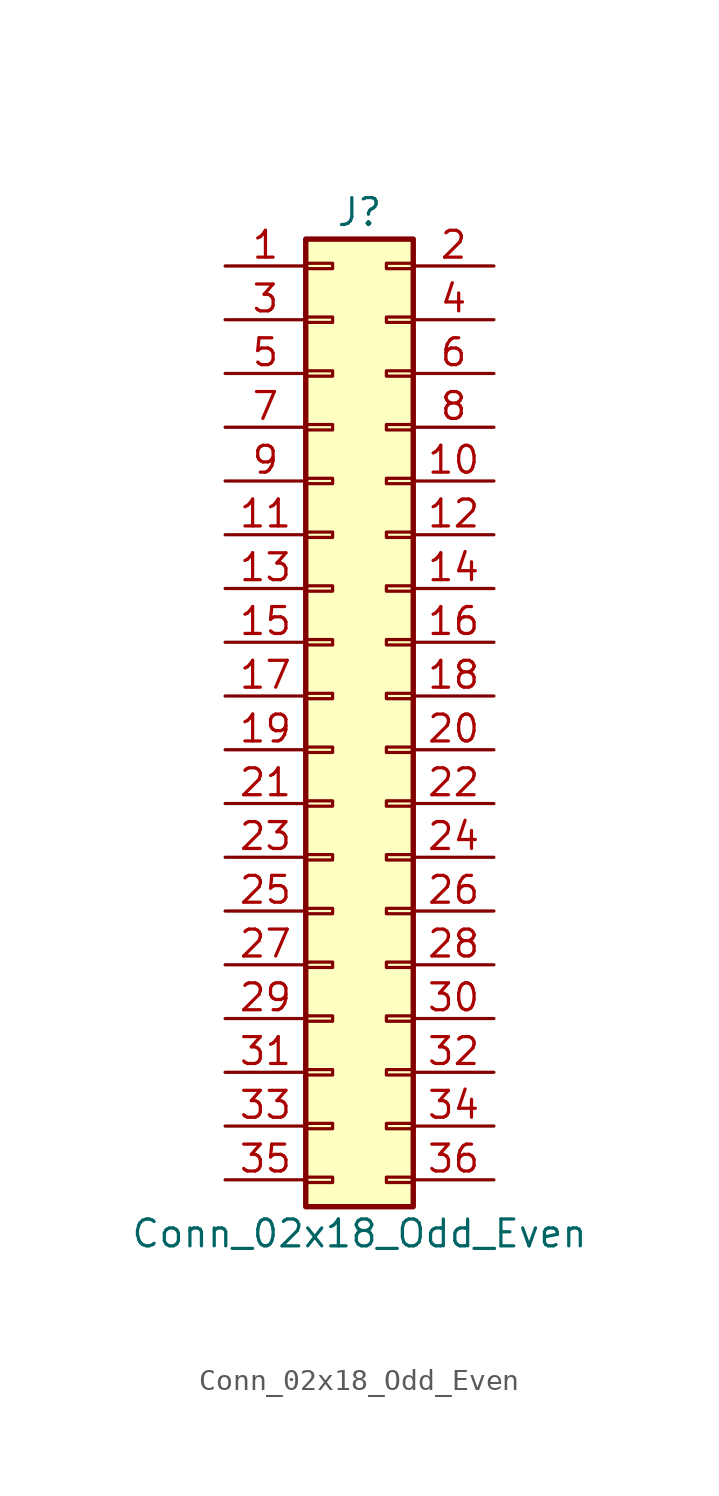
<source format=kicad_sym>
(kicad_symbol_lib
  (version 20220914)
  (generator kicad_symbol_editor)
  (symbol "Conn_02x18_Odd_Even"
    (pin_names
      (offset 1.016) hide)
    (property "Reference" "J"
      (at 1.27 22.86 0)
      (effects (font (size 1.27 1.27))))
    (property "Value" "Conn_02x18_Odd_Even"
      (at 1.27 -25.4 0)
      (effects (font (size 1.27 1.27))))
    (symbol "Conn_02x18_Odd_Even_1_1"
      (rectangle (start -1.27 -22.733) (end 0 -22.987) (stroke (width 0.152) (type solid)) (fill (type none)))
      (rectangle (start -1.27 -20.193) (end 0 -20.447) (stroke (width 0.152) (type solid)) (fill (type none)))
      (rectangle (start -1.27 -17.653) (end 0 -17.907) (stroke (width 0.152) (type solid)) (fill (type none)))
      (rectangle (start -1.27 -15.113) (end 0 -15.367) (stroke (width 0.152) (type solid)) (fill (type none)))
      (rectangle (start -1.27 -12.573) (end 0 -12.827) (stroke (width 0.152) (type solid)) (fill (type none)))
      (rectangle (start -1.27 -10.033) (end 0 -10.287) (stroke (width 0.152) (type solid)) (fill (type none)))
      (rectangle (start -1.27 -7.493) (end 0 -7.747) (stroke (width 0.152) (type solid)) (fill (type none)))
      (rectangle (start -1.27 -4.953) (end 0 -5.207) (stroke (width 0.152) (type solid)) (fill (type none)))
      (rectangle (start -1.27 -2.413) (end 0 -2.667) (stroke (width 0.152) (type solid)) (fill (type none)))
      (rectangle (start -1.27 0.127) (end 0 -0.127) (stroke (width 0.152) (type solid)) (fill (type none)))
      (rectangle (start -1.27 2.667) (end 0 2.413) (stroke (width 0.152) (type solid)) (fill (type none)))
      (rectangle (start -1.27 5.207) (end 0 4.953) (stroke (width 0.152) (type solid)) (fill (type none)))
      (rectangle (start -1.27 7.747) (end 0 7.493) (stroke (width 0.152) (type solid)) (fill (type none)))
      (rectangle (start -1.27 10.287) (end 0 10.033) (stroke (width 0.152) (type solid)) (fill (type none)))
      (rectangle (start -1.27 12.827) (end 0 12.573) (stroke (width 0.152) (type solid)) (fill (type none)))
      (rectangle (start -1.27 15.367) (end 0 15.113) (stroke (width 0.152) (type solid)) (fill (type none)))
      (rectangle (start -1.27 17.907) (end 0 17.653) (stroke (width 0.152) (type solid)) (fill (type none)))
      (rectangle (start -1.27 20.447) (end 0 20.193) (stroke (width 0.152) (type solid)) (fill (type none)))
      (rectangle (start -1.27 21.59) (end 3.81 -24.13) (stroke (width 0.254) (type solid)) (fill (type background)))
      (rectangle (start 3.81 -22.733) (end 2.54 -22.987) (stroke (width 0.152) (type solid)) (fill (type none)))
      (rectangle (start 3.81 -20.193) (end 2.54 -20.447) (stroke (width 0.152) (type solid)) (fill (type none)))
      (rectangle (start 3.81 -17.653) (end 2.54 -17.907) (stroke (width 0.152) (type solid)) (fill (type none)))
      (rectangle (start 3.81 -15.113) (end 2.54 -15.367) (stroke (width 0.152) (type solid)) (fill (type none)))
      (rectangle (start 3.81 -12.573) (end 2.54 -12.827) (stroke (width 0.152) (type solid)) (fill (type none)))
      (rectangle (start 3.81 -10.033) (end 2.54 -10.287) (stroke (width 0.152) (type solid)) (fill (type none)))
      (rectangle (start 3.81 -7.493) (end 2.54 -7.747) (stroke (width 0.152) (type solid)) (fill (type none)))
      (rectangle (start 3.81 -4.953) (end 2.54 -5.207) (stroke (width 0.152) (type solid)) (fill (type none)))
      (rectangle (start 3.81 -2.413) (end 2.54 -2.667) (stroke (width 0.152) (type solid)) (fill (type none)))
      (rectangle (start 3.81 0.127) (end 2.54 -0.127) (stroke (width 0.152) (type solid)) (fill (type none)))
      (rectangle (start 3.81 2.667) (end 2.54 2.413) (stroke (width 0.152) (type solid)) (fill (type none)))
      (rectangle (start 3.81 5.207) (end 2.54 4.953) (stroke (width 0.152) (type solid)) (fill (type none)))
      (rectangle (start 3.81 7.747) (end 2.54 7.493) (stroke (width 0.152) (type solid)) (fill (type none)))
      (rectangle (start 3.81 10.287) (end 2.54 10.033) (stroke (width 0.152) (type solid)) (fill (type none)))
      (rectangle (start 3.81 12.827) (end 2.54 12.573) (stroke (width 0.152) (type solid)) (fill (type none)))
      (rectangle (start 3.81 15.367) (end 2.54 15.113) (stroke (width 0.152) (type solid)) (fill (type none)))
      (rectangle (start 3.81 17.907) (end 2.54 17.653) (stroke (width 0.152) (type solid)) (fill (type none)))
      (rectangle (start 3.81 20.447) (end 2.54 20.193) (stroke (width 0.152) (type solid)) (fill (type none)))
      (pin passive line (at -5.08 20.32 0) (length 3.81) (name "Pin_1" (effects (font (size 1.27 1.27)))) (number "1" (effects (font (size 1.27 1.27)))))
      (pin passive line (at 7.62 10.16 180) (length 3.81) (name "Pin_10" (effects (font (size 1.27 1.27)))) (number "10" (effects (font (size 1.27 1.27)))))
      (pin passive line (at -5.08 7.62 0) (length 3.81) (name "Pin_11" (effects (font (size 1.27 1.27)))) (number "11" (effects (font (size 1.27 1.27)))))
      (pin passive line (at 7.62 7.62 180) (length 3.81) (name "Pin_12" (effects (font (size 1.27 1.27)))) (number "12" (effects (font (size 1.27 1.27)))))
      (pin passive line (at -5.08 5.08 0) (length 3.81) (name "Pin_13" (effects (font (size 1.27 1.27)))) (number "13" (effects (font (size 1.27 1.27)))))
      (pin passive line (at 7.62 5.08 180) (length 3.81) (name "Pin_14" (effects (font (size 1.27 1.27)))) (number "14" (effects (font (size 1.27 1.27)))))
      (pin passive line (at -5.08 2.54 0) (length 3.81) (name "Pin_15" (effects (font (size 1.27 1.27)))) (number "15" (effects (font (size 1.27 1.27)))))
      (pin passive line (at 7.62 2.54 180) (length 3.81) (name "Pin_16" (effects (font (size 1.27 1.27)))) (number "16" (effects (font (size 1.27 1.27)))))
      (pin passive line (at -5.08 0 0) (length 3.81) (name "Pin_17" (effects (font (size 1.27 1.27)))) (number "17" (effects (font (size 1.27 1.27)))))
      (pin passive line (at 7.62 0 180) (length 3.81) (name "Pin_18" (effects (font (size 1.27 1.27)))) (number "18" (effects (font (size 1.27 1.27)))))
      (pin passive line (at -5.08 -2.54 0) (length 3.81) (name "Pin_19" (effects (font (size 1.27 1.27)))) (number "19" (effects (font (size 1.27 1.27)))))
      (pin passive line (at 7.62 20.32 180) (length 3.81) (name "Pin_2" (effects (font (size 1.27 1.27)))) (number "2" (effects (font (size 1.27 1.27)))))
      (pin passive line (at 7.62 -2.54 180) (length 3.81) (name "Pin_20" (effects (font (size 1.27 1.27)))) (number "20" (effects (font (size 1.27 1.27)))))
      (pin passive line (at -5.08 -5.08 0) (length 3.81) (name "Pin_21" (effects (font (size 1.27 1.27)))) (number "21" (effects (font (size 1.27 1.27)))))
      (pin passive line (at 7.62 -5.08 180) (length 3.81) (name "Pin_22" (effects (font (size 1.27 1.27)))) (number "22" (effects (font (size 1.27 1.27)))))
      (pin passive line (at -5.08 -7.62 0) (length 3.81) (name "Pin_23" (effects (font (size 1.27 1.27)))) (number "23" (effects (font (size 1.27 1.27)))))
      (pin passive line (at 7.62 -7.62 180) (length 3.81) (name "Pin_24" (effects (font (size 1.27 1.27)))) (number "24" (effects (font (size 1.27 1.27)))))
      (pin passive line (at -5.08 -10.16 0) (length 3.81) (name "Pin_25" (effects (font (size 1.27 1.27)))) (number "25" (effects (font (size 1.27 1.27)))))
      (pin passive line (at 7.62 -10.16 180) (length 3.81) (name "Pin_26" (effects (font (size 1.27 1.27)))) (number "26" (effects (font (size 1.27 1.27)))))
      (pin passive line (at -5.08 -12.7 0) (length 3.81) (name "Pin_27" (effects (font (size 1.27 1.27)))) (number "27" (effects (font (size 1.27 1.27)))))
      (pin passive line (at 7.62 -12.7 180) (length 3.81) (name "Pin_28" (effects (font (size 1.27 1.27)))) (number "28" (effects (font (size 1.27 1.27)))))
      (pin passive line (at -5.08 -15.24 0) (length 3.81) (name "Pin_29" (effects (font (size 1.27 1.27)))) (number "29" (effects (font (size 1.27 1.27)))))
      (pin passive line (at -5.08 17.78 0) (length 3.81) (name "Pin_3" (effects (font (size 1.27 1.27)))) (number "3" (effects (font (size 1.27 1.27)))))
      (pin passive line (at 7.62 -15.24 180) (length 3.81) (name "Pin_30" (effects (font (size 1.27 1.27)))) (number "30" (effects (font (size 1.27 1.27)))))
      (pin passive line (at -5.08 -17.78 0) (length 3.81) (name "Pin_31" (effects (font (size 1.27 1.27)))) (number "31" (effects (font (size 1.27 1.27)))))
      (pin passive line (at 7.62 -17.78 180) (length 3.81) (name "Pin_32" (effects (font (size 1.27 1.27)))) (number "32" (effects (font (size 1.27 1.27)))))
      (pin passive line (at -5.08 -20.32 0) (length 3.81) (name "Pin_33" (effects (font (size 1.27 1.27)))) (number "33" (effects (font (size 1.27 1.27)))))
      (pin passive line (at 7.62 -20.32 180) (length 3.81) (name "Pin_34" (effects (font (size 1.27 1.27)))) (number "34" (effects (font (size 1.27 1.27)))))
      (pin passive line (at -5.08 -22.86 0) (length 3.81) (name "Pin_35" (effects (font (size 1.27 1.27)))) (number "35" (effects (font (size 1.27 1.27)))))
      (pin passive line (at 7.62 -22.86 180) (length 3.81) (name "Pin_36" (effects (font (size 1.27 1.27)))) (number "36" (effects (font (size 1.27 1.27)))))
      (pin passive line (at 7.62 17.78 180) (length 3.81) (name "Pin_4" (effects (font (size 1.27 1.27)))) (number "4" (effects (font (size 1.27 1.27)))))
      (pin passive line (at -5.08 15.24 0) (length 3.81) (name "Pin_5" (effects (font (size 1.27 1.27)))) (number "5" (effects (font (size 1.27 1.27)))))
      (pin passive line (at 7.62 15.24 180) (length 3.81) (name "Pin_6" (effects (font (size 1.27 1.27)))) (number "6" (effects (font (size 1.27 1.27)))))
      (pin passive line (at -5.08 12.7 0) (length 3.81) (name "Pin_7" (effects (font (size 1.27 1.27)))) (number "7" (effects (font (size 1.27 1.27)))))
      (pin passive line (at 7.62 12.7 180) (length 3.81) (name "Pin_8" (effects (font (size 1.27 1.27)))) (number "8" (effects (font (size 1.27 1.27)))))
      (pin passive line (at -5.08 10.16 0) (length 3.81) (name "Pin_9" (effects (font (size 1.27 1.27)))) (number "9" (effects (font (size 1.27 1.27))))))))
</source>
